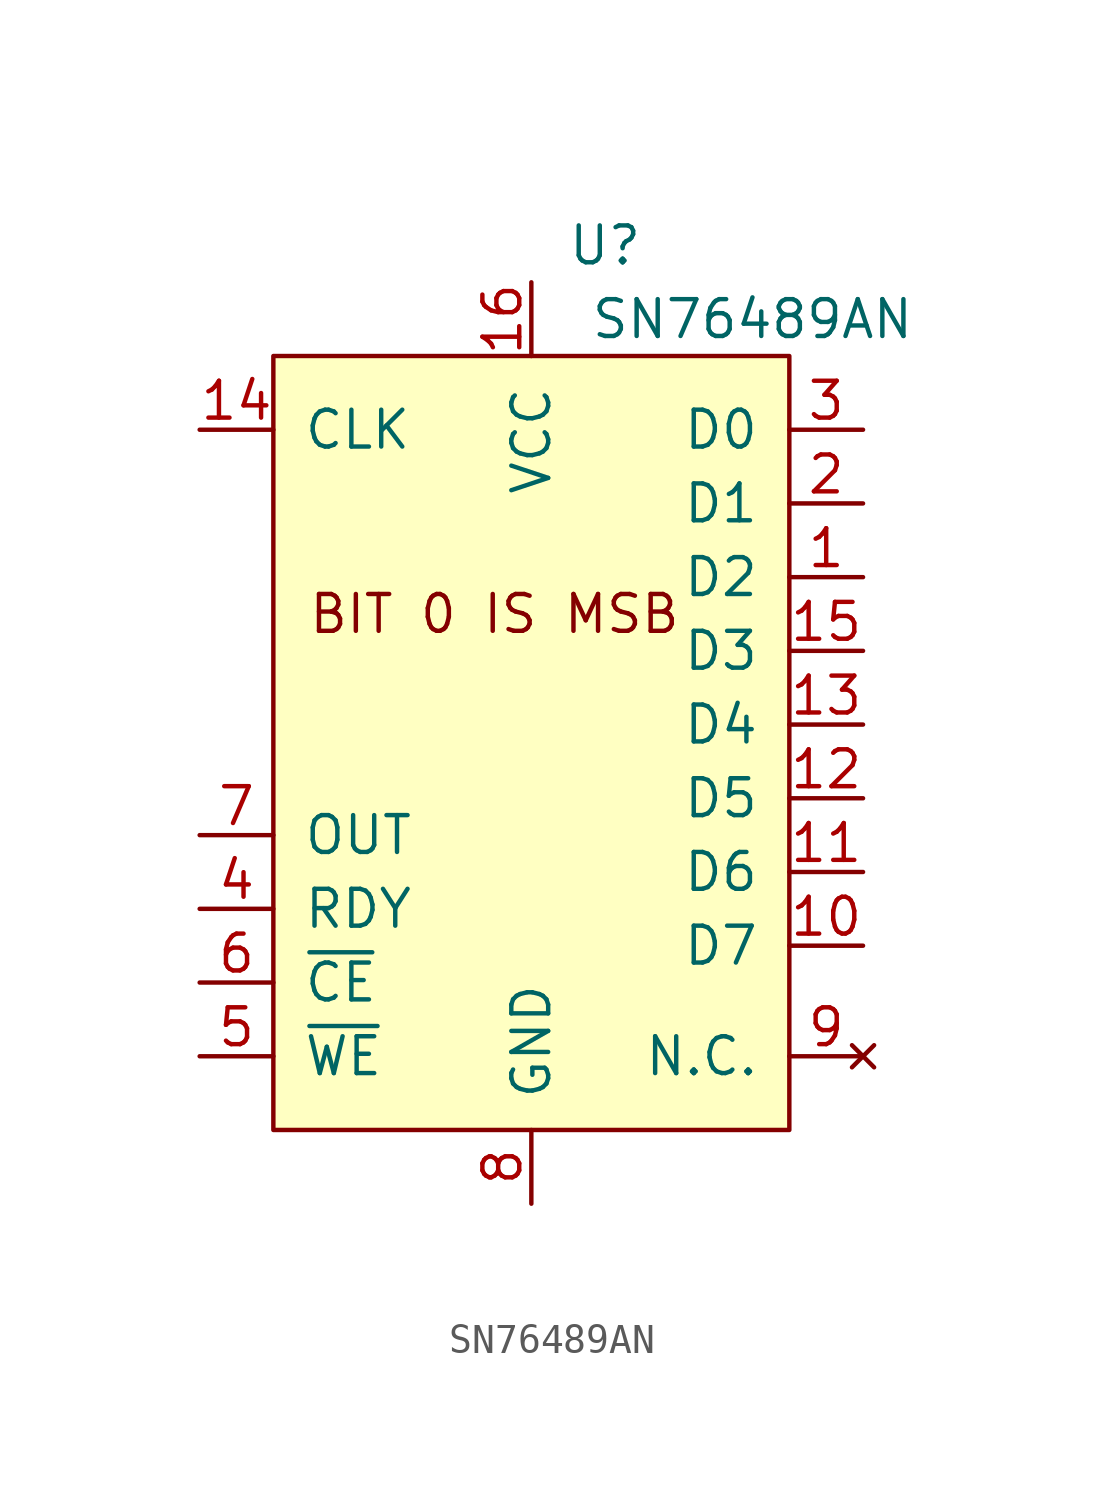
<source format=kicad_sym>
(kicad_symbol_lib
  (version 20220914)
  (generator kicad_symbol_editor)
  (symbol "SN76489AN"
    (pin_names
      (offset 1.016))
    (property "Reference" "U"
      (at 2.54 7.62 0)
      (effects (font (size 1.27 1.27))))
    (property "Value" "SN76489AN"
      (at 7.62 5.08 0)
      (effects (font (size 1.27 1.27))))
    (symbol "SN76489AN_0_0"
      (text "BIT 0 IS MSB" (at -1.27 -5.08 0) (effects (font (size 1.27 1.27)))))
    (symbol "SN76489AN_0_1"
      (rectangle (start -8.89 3.81) (end 8.89 -22.86) (stroke (width 0) (type default)) (fill (type background))))
    (symbol "SN76489AN_1_1"
      (pin input line (at 11.43 -3.81 180) (length 2.54) (name "D2" (effects (font (size 1.27 1.27)))) (number "1" (effects (font (size 1.27 1.27)))))
      (pin input line (at 11.43 -16.51 180) (length 2.54) (name "D7" (effects (font (size 1.27 1.27)))) (number "10" (effects (font (size 1.27 1.27)))))
      (pin input line (at 11.43 -13.97 180) (length 2.54) (name "D6" (effects (font (size 1.27 1.27)))) (number "11" (effects (font (size 1.27 1.27)))))
      (pin input line (at 11.43 -11.43 180) (length 2.54) (name "D5" (effects (font (size 1.27 1.27)))) (number "12" (effects (font (size 1.27 1.27)))))
      (pin input line (at 11.43 -8.89 180) (length 2.54) (name "D4" (effects (font (size 1.27 1.27)))) (number "13" (effects (font (size 1.27 1.27)))))
      (pin input line (at -11.43 1.27 0) (length 2.54) (name "CLK" (effects (font (size 1.27 1.27)))) (number "14" (effects (font (size 1.27 1.27)))))
      (pin input line (at 11.43 -6.35 180) (length 2.54) (name "D3" (effects (font (size 1.27 1.27)))) (number "15" (effects (font (size 1.27 1.27)))))
      (pin input line (at 0 6.35 270) (length 2.54) (name "VCC" (effects (font (size 1.27 1.27)))) (number "16" (effects (font (size 1.27 1.27)))))
      (pin input line (at 11.43 -1.27 180) (length 2.54) (name "D1" (effects (font (size 1.27 1.27)))) (number "2" (effects (font (size 1.27 1.27)))))
      (pin input line (at 11.43 1.27 180) (length 2.54) (name "D0" (effects (font (size 1.27 1.27)))) (number "3" (effects (font (size 1.27 1.27)))))
      (pin output line (at -11.43 -15.24 0) (length 2.54) (name "RDY" (effects (font (size 1.27 1.27)))) (number "4" (effects (font (size 1.27 1.27)))))
      (pin input line (at -11.43 -20.32 0) (length 2.54) (name "~{WE}" (effects (font (size 1.27 1.27)))) (number "5" (effects (font (size 1.27 1.27)))))
      (pin input line (at -11.43 -17.78 0) (length 2.54) (name "~{CE}" (effects (font (size 1.27 1.27)))) (number "6" (effects (font (size 1.27 1.27)))))
      (pin output line (at -11.43 -12.7 0) (length 2.54) (name "OUT" (effects (font (size 1.27 1.27)))) (number "7" (effects (font (size 1.27 1.27)))))
      (pin input line (at 0 -25.4 90) (length 2.54) (name "GND" (effects (font (size 1.27 1.27)))) (number "8" (effects (font (size 1.27 1.27)))))
      (pin no_connect line (at 11.43 -20.32 180) (length 2.54) (name "N.C." (effects (font (size 1.27 1.27)))) (number "9" (effects (font (size 1.27 1.27))))))))
</source>
